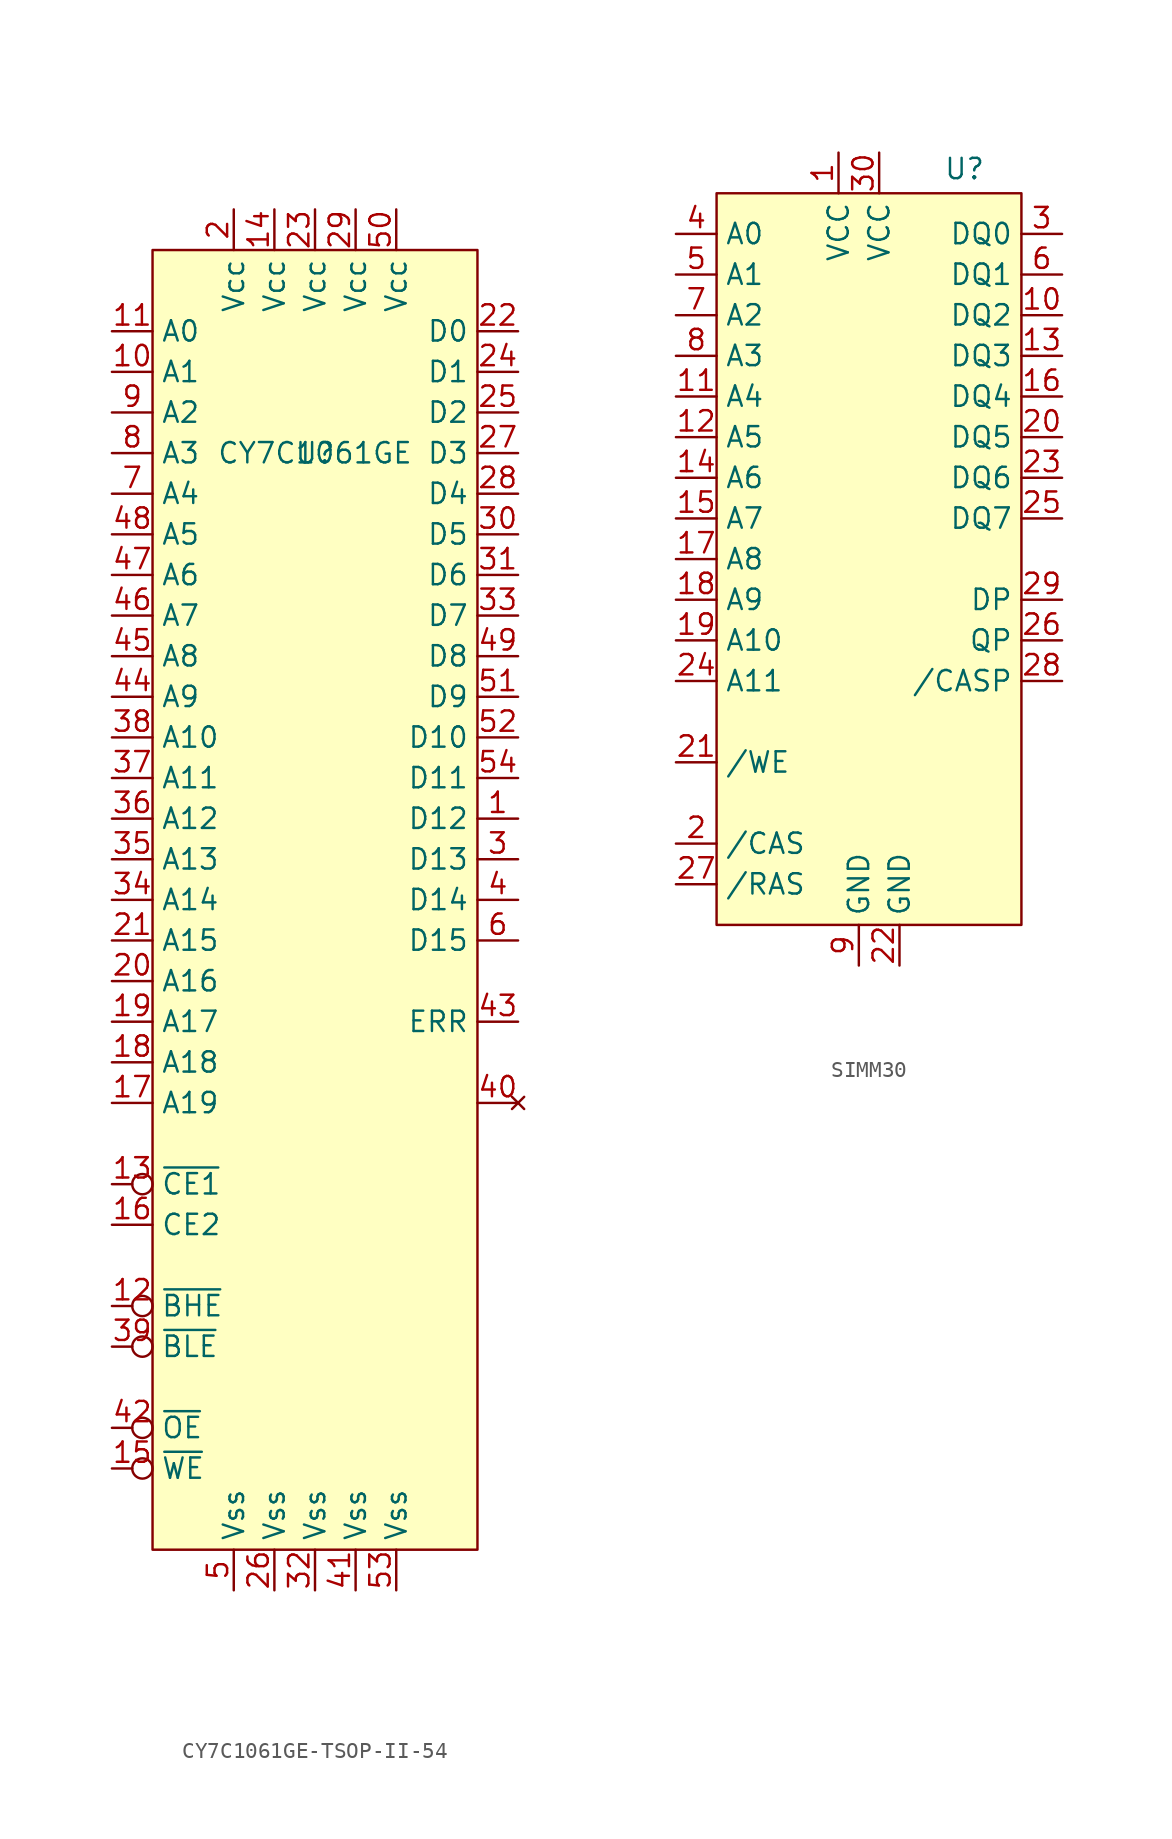
<source format=kicad_sym>
(kicad_symbol_lib
  (version 20241209)
  (generator "kicad_symbol_editor")
  (generator_version "9.0")
  (symbol "CY7C1061GE-TSOP-II-54"
    (property "Reference" "U"
      (at 0 0 0)
      (effects (font (size 1.27 1.27))))
    (property "Value" "CY7C1061GE"
      (at 0 0 0)
      (effects (font (size 1.27 1.27))))
    (symbol "CY7C1061GE-TSOP-II-54_1_1"
      (rectangle (start -10.16 12.7) (end 10.16 -68.58) (stroke (width 0) (type solid)) (fill (type background)))
      (pin input line (at -12.7 7.62 0) (length 2.54) (name "A0" (effects (font (size 1.27 1.27)))) (number "11" (effects (font (size 1.27 1.27)))))
      (pin input line (at -12.7 5.08 0) (length 2.54) (name "A1" (effects (font (size 1.27 1.27)))) (number "10" (effects (font (size 1.27 1.27)))))
      (pin input line (at -12.7 2.54 0) (length 2.54) (name "A2" (effects (font (size 1.27 1.27)))) (number "9" (effects (font (size 1.27 1.27)))))
      (pin input line (at -12.7 0 0) (length 2.54) (name "A3" (effects (font (size 1.27 1.27)))) (number "8" (effects (font (size 1.27 1.27)))))
      (pin input line (at -12.7 -2.54 0) (length 2.54) (name "A4" (effects (font (size 1.27 1.27)))) (number "7" (effects (font (size 1.27 1.27)))))
      (pin input line (at -12.7 -5.08 0) (length 2.54) (name "A5" (effects (font (size 1.27 1.27)))) (number "48" (effects (font (size 1.27 1.27)))))
      (pin input line (at -12.7 -7.62 0) (length 2.54) (name "A6" (effects (font (size 1.27 1.27)))) (number "47" (effects (font (size 1.27 1.27)))))
      (pin input line (at -12.7 -10.16 0) (length 2.54) (name "A7" (effects (font (size 1.27 1.27)))) (number "46" (effects (font (size 1.27 1.27)))))
      (pin input line (at -12.7 -12.7 0) (length 2.54) (name "A8" (effects (font (size 1.27 1.27)))) (number "45" (effects (font (size 1.27 1.27)))))
      (pin input line (at -12.7 -15.24 0) (length 2.54) (name "A9" (effects (font (size 1.27 1.27)))) (number "44" (effects (font (size 1.27 1.27)))))
      (pin input line (at -12.7 -17.78 0) (length 2.54) (name "A10" (effects (font (size 1.27 1.27)))) (number "38" (effects (font (size 1.27 1.27)))))
      (pin input line (at -12.7 -20.32 0) (length 2.54) (name "A11" (effects (font (size 1.27 1.27)))) (number "37" (effects (font (size 1.27 1.27)))))
      (pin input line (at -12.7 -22.86 0) (length 2.54) (name "A12" (effects (font (size 1.27 1.27)))) (number "36" (effects (font (size 1.27 1.27)))))
      (pin input line (at -12.7 -25.4 0) (length 2.54) (name "A13" (effects (font (size 1.27 1.27)))) (number "35" (effects (font (size 1.27 1.27)))))
      (pin input line (at -12.7 -27.94 0) (length 2.54) (name "A14" (effects (font (size 1.27 1.27)))) (number "34" (effects (font (size 1.27 1.27)))))
      (pin input line (at -12.7 -30.48 0) (length 2.54) (name "A15" (effects (font (size 1.27 1.27)))) (number "21" (effects (font (size 1.27 1.27)))))
      (pin input line (at -12.7 -33.02 0) (length 2.54) (name "A16" (effects (font (size 1.27 1.27)))) (number "20" (effects (font (size 1.27 1.27)))))
      (pin input line (at -12.7 -35.56 0) (length 2.54) (name "A17" (effects (font (size 1.27 1.27)))) (number "19" (effects (font (size 1.27 1.27)))))
      (pin input line (at -12.7 -38.1 0) (length 2.54) (name "A18" (effects (font (size 1.27 1.27)))) (number "18" (effects (font (size 1.27 1.27)))))
      (pin input line (at -12.7 -40.64 0) (length 2.54) (name "A19" (effects (font (size 1.27 1.27)))) (number "17" (effects (font (size 1.27 1.27)))))
      (pin input inverted (at -12.7 -45.72 0) (length 2.54) (name "~{CE1}" (effects (font (size 1.27 1.27)))) (number "13" (effects (font (size 1.27 1.27)))))
      (pin input line (at -12.7 -48.26 0) (length 2.54) (name "CE2" (effects (font (size 1.27 1.27)))) (number "16" (effects (font (size 1.27 1.27)))))
      (pin input inverted (at -12.7 -53.34 0) (length 2.54) (name "~{BHE}" (effects (font (size 1.27 1.27)))) (number "12" (effects (font (size 1.27 1.27)))))
      (pin input inverted (at -12.7 -55.88 0) (length 2.54) (name "~{BLE}" (effects (font (size 1.27 1.27)))) (number "39" (effects (font (size 1.27 1.27)))))
      (pin input inverted (at -12.7 -60.96 0) (length 2.54) (name "~{OE}" (effects (font (size 1.27 1.27)))) (number "42" (effects (font (size 1.27 1.27)))))
      (pin input inverted (at -12.7 -63.5 0) (length 2.54) (name "~{WE}" (effects (font (size 1.27 1.27)))) (number "15" (effects (font (size 1.27 1.27)))))
      (pin power_in line (at -5.08 15.24 270) (length 2.54) (name "Vcc" (effects (font (size 1.27 1.27)))) (number "2" (effects (font (size 1.27 1.27)))))
      (pin power_in line (at -5.08 -71.12 90) (length 2.54) (name "Vss" (effects (font (size 1.27 1.27)))) (number "5" (effects (font (size 1.27 1.27)))))
      (pin power_in line (at -2.54 15.24 270) (length 2.54) (name "Vcc" (effects (font (size 1.27 1.27)))) (number "14" (effects (font (size 1.27 1.27)))))
      (pin power_in line (at -2.54 -71.12 90) (length 2.54) (name "Vss" (effects (font (size 1.27 1.27)))) (number "26" (effects (font (size 1.27 1.27)))))
      (pin power_in line (at 0 15.24 270) (length 2.54) (name "Vcc" (effects (font (size 1.27 1.27)))) (number "23" (effects (font (size 1.27 1.27)))))
      (pin power_in line (at 0 -71.12 90) (length 2.54) (name "Vss" (effects (font (size 1.27 1.27)))) (number "32" (effects (font (size 1.27 1.27)))))
      (pin power_in line (at 2.54 15.24 270) (length 2.54) (name "Vcc" (effects (font (size 1.27 1.27)))) (number "29" (effects (font (size 1.27 1.27)))))
      (pin power_in line (at 2.54 -71.12 90) (length 2.54) (name "Vss" (effects (font (size 1.27 1.27)))) (number "41" (effects (font (size 1.27 1.27)))))
      (pin power_in line (at 5.08 15.24 270) (length 2.54) (name "Vcc" (effects (font (size 1.27 1.27)))) (number "50" (effects (font (size 1.27 1.27)))))
      (pin power_in line (at 5.08 -71.12 90) (length 2.54) (name "Vss" (effects (font (size 1.27 1.27)))) (number "53" (effects (font (size 1.27 1.27)))))
      (pin bidirectional line (at 12.7 7.62 180) (length 2.54) (name "D0" (effects (font (size 1.27 1.27)))) (number "22" (effects (font (size 1.27 1.27)))))
      (pin bidirectional line (at 12.7 5.08 180) (length 2.54) (name "D1" (effects (font (size 1.27 1.27)))) (number "24" (effects (font (size 1.27 1.27)))))
      (pin bidirectional line (at 12.7 2.54 180) (length 2.54) (name "D2" (effects (font (size 1.27 1.27)))) (number "25" (effects (font (size 1.27 1.27)))))
      (pin bidirectional line (at 12.7 0 180) (length 2.54) (name "D3" (effects (font (size 1.27 1.27)))) (number "27" (effects (font (size 1.27 1.27)))))
      (pin bidirectional line (at 12.7 -2.54 180) (length 2.54) (name "D4" (effects (font (size 1.27 1.27)))) (number "28" (effects (font (size 1.27 1.27)))))
      (pin bidirectional line (at 12.7 -5.08 180) (length 2.54) (name "D5" (effects (font (size 1.27 1.27)))) (number "30" (effects (font (size 1.27 1.27)))))
      (pin bidirectional line (at 12.7 -7.62 180) (length 2.54) (name "D6" (effects (font (size 1.27 1.27)))) (number "31" (effects (font (size 1.27 1.27)))))
      (pin bidirectional line (at 12.7 -10.16 180) (length 2.54) (name "D7" (effects (font (size 1.27 1.27)))) (number "33" (effects (font (size 1.27 1.27)))))
      (pin bidirectional line (at 12.7 -12.7 180) (length 2.54) (name "D8" (effects (font (size 1.27 1.27)))) (number "49" (effects (font (size 1.27 1.27)))))
      (pin bidirectional line (at 12.7 -15.24 180) (length 2.54) (name "D9" (effects (font (size 1.27 1.27)))) (number "51" (effects (font (size 1.27 1.27)))))
      (pin bidirectional line (at 12.7 -17.78 180) (length 2.54) (name "D10" (effects (font (size 1.27 1.27)))) (number "52" (effects (font (size 1.27 1.27)))))
      (pin bidirectional line (at 12.7 -20.32 180) (length 2.54) (name "D11" (effects (font (size 1.27 1.27)))) (number "54" (effects (font (size 1.27 1.27)))))
      (pin bidirectional line (at 12.7 -22.86 180) (length 2.54) (name "D12" (effects (font (size 1.27 1.27)))) (number "1" (effects (font (size 1.27 1.27)))))
      (pin bidirectional line (at 12.7 -25.4 180) (length 2.54) (name "D13" (effects (font (size 1.27 1.27)))) (number "3" (effects (font (size 1.27 1.27)))))
      (pin bidirectional line (at 12.7 -27.94 180) (length 2.54) (name "D14" (effects (font (size 1.27 1.27)))) (number "4" (effects (font (size 1.27 1.27)))))
      (pin bidirectional line (at 12.7 -30.48 180) (length 2.54) (name "D15" (effects (font (size 1.27 1.27)))) (number "6" (effects (font (size 1.27 1.27)))))
      (pin output line (at 12.7 -35.56 180) (length 2.54) (name "ERR" (effects (font (size 1.27 1.27)))) (number "43" (effects (font (size 1.27 1.27)))))
      (pin no_connect line (at 12.7 -40.64 180) (length 2.54) (name "" (effects (font (size 1.27 1.27)))) (number "40" (effects (font (size 1.27 1.27)))))))
  (symbol "SIMM30"
    (property "Reference" "U"
      (at 5.334 24.384 0)
      (effects (font (size 1.27 1.27))))
    (property "Value" ""
      (at 5.334 24.384 0)
      (effects (font (size 1.27 1.27))))
    (symbol "SIMM30_1_1"
      (rectangle (start -10.16 22.86) (end 8.89 -22.86) (stroke (width 0) (type default)) (fill (type background)))
      (pin input line (at -12.7 20.32 0) (length 2.54) (name "A0" (effects (font (size 1.27 1.27)))) (number "4" (effects (font (size 1.27 1.27)))))
      (pin input line (at -12.7 17.78 0) (length 2.54) (name "A1" (effects (font (size 1.27 1.27)))) (number "5" (effects (font (size 1.27 1.27)))))
      (pin input line (at -12.7 15.24 0) (length 2.54) (name "A2" (effects (font (size 1.27 1.27)))) (number "7" (effects (font (size 1.27 1.27)))))
      (pin input line (at -12.7 12.7 0) (length 2.54) (name "A3" (effects (font (size 1.27 1.27)))) (number "8" (effects (font (size 1.27 1.27)))))
      (pin input line (at -12.7 10.16 0) (length 2.54) (name "A4" (effects (font (size 1.27 1.27)))) (number "11" (effects (font (size 1.27 1.27)))))
      (pin input line (at -12.7 7.62 0) (length 2.54) (name "A5" (effects (font (size 1.27 1.27)))) (number "12" (effects (font (size 1.27 1.27)))))
      (pin input line (at -12.7 5.08 0) (length 2.54) (name "A6" (effects (font (size 1.27 1.27)))) (number "14" (effects (font (size 1.27 1.27)))))
      (pin input line (at -12.7 2.54 0) (length 2.54) (name "A7" (effects (font (size 1.27 1.27)))) (number "15" (effects (font (size 1.27 1.27)))))
      (pin input line (at -12.7 0 0) (length 2.54) (name "A8" (effects (font (size 1.27 1.27)))) (number "17" (effects (font (size 1.27 1.27)))))
      (pin input line (at -12.7 -2.54 0) (length 2.54) (name "A9" (effects (font (size 1.27 1.27)))) (number "18" (effects (font (size 1.27 1.27)))))
      (pin input line (at -12.7 -5.08 0) (length 2.54) (name "A10" (effects (font (size 1.27 1.27)))) (number "19" (effects (font (size 1.27 1.27)))))
      (pin input line (at -12.7 -7.62 0) (length 2.54) (name "A11" (effects (font (size 1.27 1.27)))) (number "24" (effects (font (size 1.27 1.27)))))
      (pin input line (at -12.7 -12.7 0) (length 2.54) (name "/WE" (effects (font (size 1.27 1.27)))) (number "21" (effects (font (size 1.27 1.27)))))
      (pin input line (at -12.7 -17.78 0) (length 2.54) (name "/CAS" (effects (font (size 1.27 1.27)))) (number "2" (effects (font (size 1.27 1.27)))))
      (pin input line (at -12.7 -20.32 0) (length 2.54) (name "/RAS" (effects (font (size 1.27 1.27)))) (number "27" (effects (font (size 1.27 1.27)))))
      (pin power_in line (at -2.54 25.4 270) (length 2.54) (name "VCC" (effects (font (size 1.27 1.27)))) (number "1" (effects (font (size 1.27 1.27)))))
      (pin power_in line (at -1.27 -25.4 90) (length 2.54) (name "GND" (effects (font (size 1.27 1.27)))) (number "9" (effects (font (size 1.27 1.27)))))
      (pin power_in line (at 0 25.4 270) (length 2.54) (name "VCC" (effects (font (size 1.27 1.27)))) (number "30" (effects (font (size 1.27 1.27)))))
      (pin power_in line (at 1.27 -25.4 90) (length 2.54) (name "GND" (effects (font (size 1.27 1.27)))) (number "22" (effects (font (size 1.27 1.27)))))
      (pin bidirectional line (at 11.43 20.32 180) (length 2.54) (name "DQ0" (effects (font (size 1.27 1.27)))) (number "3" (effects (font (size 1.27 1.27)))))
      (pin bidirectional line (at 11.43 17.78 180) (length 2.54) (name "DQ1" (effects (font (size 1.27 1.27)))) (number "6" (effects (font (size 1.27 1.27)))))
      (pin bidirectional line (at 11.43 15.24 180) (length 2.54) (name "DQ2" (effects (font (size 1.27 1.27)))) (number "10" (effects (font (size 1.27 1.27)))))
      (pin bidirectional line (at 11.43 12.7 180) (length 2.54) (name "DQ3" (effects (font (size 1.27 1.27)))) (number "13" (effects (font (size 1.27 1.27)))))
      (pin bidirectional line (at 11.43 10.16 180) (length 2.54) (name "DQ4" (effects (font (size 1.27 1.27)))) (number "16" (effects (font (size 1.27 1.27)))))
      (pin bidirectional line (at 11.43 7.62 180) (length 2.54) (name "DQ5" (effects (font (size 1.27 1.27)))) (number "20" (effects (font (size 1.27 1.27)))))
      (pin bidirectional line (at 11.43 5.08 180) (length 2.54) (name "DQ6" (effects (font (size 1.27 1.27)))) (number "23" (effects (font (size 1.27 1.27)))))
      (pin bidirectional line (at 11.43 2.54 180) (length 2.54) (name "DQ7" (effects (font (size 1.27 1.27)))) (number "25" (effects (font (size 1.27 1.27)))))
      (pin input line (at 11.43 -2.54 180) (length 2.54) (name "DP" (effects (font (size 1.27 1.27)))) (number "29" (effects (font (size 1.27 1.27)))))
      (pin output line (at 11.43 -5.08 180) (length 2.54) (name "QP" (effects (font (size 1.27 1.27)))) (number "26" (effects (font (size 1.27 1.27)))))
      (pin input line (at 11.43 -7.62 180) (length 2.54) (name "/CASP" (effects (font (size 1.27 1.27)))) (number "28" (effects (font (size 1.27 1.27))))))))
</source>
